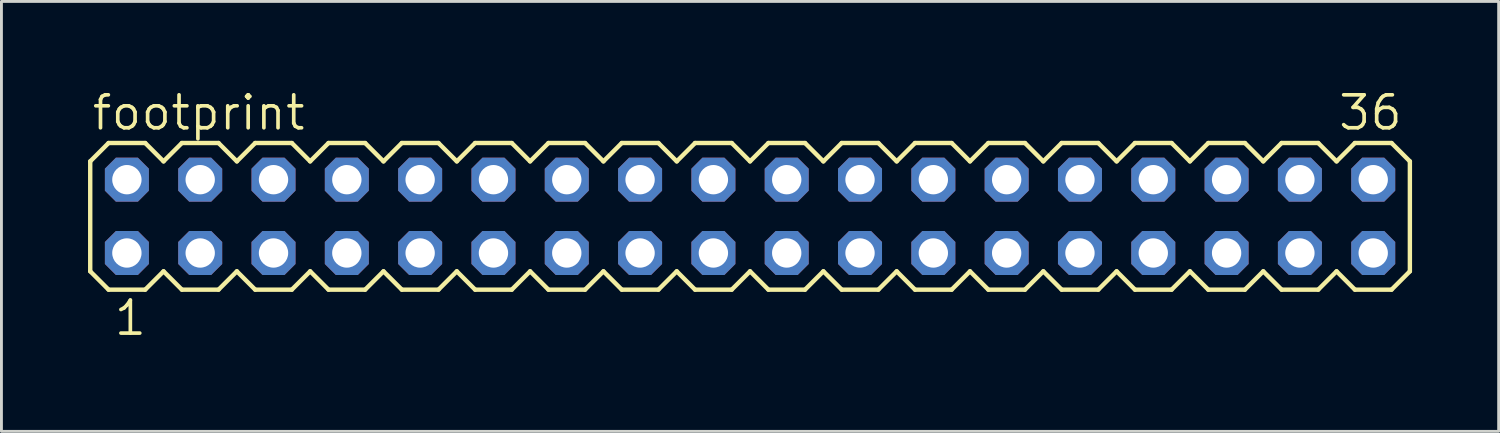
<source format=kicad_pcb>
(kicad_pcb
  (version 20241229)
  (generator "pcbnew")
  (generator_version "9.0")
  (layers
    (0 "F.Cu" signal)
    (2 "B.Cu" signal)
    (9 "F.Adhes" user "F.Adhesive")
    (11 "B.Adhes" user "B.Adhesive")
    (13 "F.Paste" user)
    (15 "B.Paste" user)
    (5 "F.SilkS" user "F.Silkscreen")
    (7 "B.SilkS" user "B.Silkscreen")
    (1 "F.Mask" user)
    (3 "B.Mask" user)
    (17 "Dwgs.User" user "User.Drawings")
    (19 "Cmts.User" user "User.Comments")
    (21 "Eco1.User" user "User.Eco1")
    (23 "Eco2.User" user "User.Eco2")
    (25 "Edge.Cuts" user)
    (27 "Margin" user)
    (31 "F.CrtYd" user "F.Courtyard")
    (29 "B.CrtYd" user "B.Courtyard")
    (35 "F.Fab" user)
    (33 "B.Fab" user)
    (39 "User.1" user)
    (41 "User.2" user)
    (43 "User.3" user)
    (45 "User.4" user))
  (footprint "footprint"
    (layer "F.Cu")
    (at 22.936 4.445)
    (property "Reference" "footprint" (at -22.86 -2.921 0) (layer "F.SilkS") (effects (font (size 1.143 1.143) (thickness 0.127)) (justify left bottom)))
    (fp_line (start -22.86 -1.905) (end -22.86 1.905) (stroke (width 0.152) (type solid)) (layer "F.SilkS"))
    (fp_line (start -22.86 1.905) (end -22.225 2.54) (stroke (width 0.152) (type solid)) (layer "F.SilkS"))
    (fp_line (start -22.225 -2.54) (end -22.86 -1.905) (stroke (width 0.152) (type solid)) (layer "F.SilkS"))
    (fp_line (start -22.225 -2.54) (end -20.955 -2.54) (stroke (width 0.152) (type solid)) (layer "F.SilkS"))
    (fp_line (start -20.955 -2.54) (end -20.32 -1.905) (stroke (width 0.152) (type solid)) (layer "F.SilkS"))
    (fp_line (start -20.955 2.54) (end -22.225 2.54) (stroke (width 0.152) (type solid)) (layer "F.SilkS"))
    (fp_line (start -20.32 -1.905) (end -19.685 -2.54) (stroke (width 0.152) (type solid)) (layer "F.SilkS"))
    (fp_line (start -20.32 1.905) (end -20.955 2.54) (stroke (width 0.152) (type solid)) (layer "F.SilkS"))
    (fp_line (start -19.685 -2.54) (end -18.415 -2.54) (stroke (width 0.152) (type solid)) (layer "F.SilkS"))
    (fp_line (start -19.685 2.54) (end -20.32 1.905) (stroke (width 0.152) (type solid)) (layer "F.SilkS"))
    (fp_line (start -18.415 -2.54) (end -17.78 -1.905) (stroke (width 0.152) (type solid)) (layer "F.SilkS"))
    (fp_line (start -18.415 2.54) (end -19.685 2.54) (stroke (width 0.152) (type solid)) (layer "F.SilkS"))
    (fp_line (start -17.78 -1.905) (end -17.145 -2.54) (stroke (width 0.152) (type solid)) (layer "F.SilkS"))
    (fp_line (start -17.78 1.905) (end -18.415 2.54) (stroke (width 0.152) (type solid)) (layer "F.SilkS"))
    (fp_line (start -17.145 -2.54) (end -15.875 -2.54) (stroke (width 0.152) (type solid)) (layer "F.SilkS"))
    (fp_line (start -17.145 2.54) (end -17.78 1.905) (stroke (width 0.152) (type solid)) (layer "F.SilkS"))
    (fp_line (start -15.875 -2.54) (end -15.24 -1.905) (stroke (width 0.152) (type solid)) (layer "F.SilkS"))
    (fp_line (start -15.875 2.54) (end -17.145 2.54) (stroke (width 0.152) (type solid)) (layer "F.SilkS"))
    (fp_line (start -15.24 1.905) (end -15.875 2.54) (stroke (width 0.152) (type solid)) (layer "F.SilkS"))
    (fp_line (start -15.24 1.905) (end -14.605 2.54) (stroke (width 0.152) (type solid)) (layer "F.SilkS"))
    (fp_line (start -14.605 -2.54) (end -15.24 -1.905) (stroke (width 0.152) (type solid)) (layer "F.SilkS"))
    (fp_line (start -14.605 -2.54) (end -13.335 -2.54) (stroke (width 0.152) (type solid)) (layer "F.SilkS"))
    (fp_line (start -13.335 -2.54) (end -12.7 -1.905) (stroke (width 0.152) (type solid)) (layer "F.SilkS"))
    (fp_line (start -13.335 2.54) (end -14.605 2.54) (stroke (width 0.152) (type solid)) (layer "F.SilkS"))
    (fp_line (start -12.7 -1.905) (end -12.065 -2.54) (stroke (width 0.152) (type solid)) (layer "F.SilkS"))
    (fp_line (start -12.7 1.905) (end -13.335 2.54) (stroke (width 0.152) (type solid)) (layer "F.SilkS"))
    (fp_line (start -12.065 -2.54) (end -10.795 -2.54) (stroke (width 0.152) (type solid)) (layer "F.SilkS"))
    (fp_line (start -12.065 2.54) (end -12.7 1.905) (stroke (width 0.152) (type solid)) (layer "F.SilkS"))
    (fp_line (start -10.795 -2.54) (end -10.16 -1.905) (stroke (width 0.152) (type solid)) (layer "F.SilkS"))
    (fp_line (start -10.795 2.54) (end -12.065 2.54) (stroke (width 0.152) (type solid)) (layer "F.SilkS"))
    (fp_line (start -10.16 -1.905) (end -9.525 -2.54) (stroke (width 0.152) (type solid)) (layer "F.SilkS"))
    (fp_line (start -10.16 1.905) (end -10.795 2.54) (stroke (width 0.152) (type solid)) (layer "F.SilkS"))
    (fp_line (start -9.525 -2.54) (end -8.255 -2.54) (stroke (width 0.152) (type solid)) (layer "F.SilkS"))
    (fp_line (start -9.525 2.54) (end -10.16 1.905) (stroke (width 0.152) (type solid)) (layer "F.SilkS"))
    (fp_line (start -8.255 -2.54) (end -7.62 -1.905) (stroke (width 0.152) (type solid)) (layer "F.SilkS"))
    (fp_line (start -8.255 2.54) (end -9.525 2.54) (stroke (width 0.152) (type solid)) (layer "F.SilkS"))
    (fp_line (start -7.62 -1.905) (end -6.985 -2.54) (stroke (width 0.152) (type solid)) (layer "F.SilkS"))
    (fp_line (start -7.62 1.905) (end -8.255 2.54) (stroke (width 0.152) (type solid)) (layer "F.SilkS"))
    (fp_line (start -6.985 -2.54) (end -5.715 -2.54) (stroke (width 0.152) (type solid)) (layer "F.SilkS"))
    (fp_line (start -6.985 2.54) (end -7.62 1.905) (stroke (width 0.152) (type solid)) (layer "F.SilkS"))
    (fp_line (start -5.715 -2.54) (end -5.08 -1.905) (stroke (width 0.152) (type solid)) (layer "F.SilkS"))
    (fp_line (start -5.715 2.54) (end -6.985 2.54) (stroke (width 0.152) (type solid)) (layer "F.SilkS"))
    (fp_line (start -5.08 1.905) (end -5.715 2.54) (stroke (width 0.152) (type solid)) (layer "F.SilkS"))
    (fp_line (start -5.08 1.905) (end -4.445 2.54) (stroke (width 0.152) (type solid)) (layer "F.SilkS"))
    (fp_line (start -4.445 -2.54) (end -5.08 -1.905) (stroke (width 0.152) (type solid)) (layer "F.SilkS"))
    (fp_line (start -4.445 -2.54) (end -3.175 -2.54) (stroke (width 0.152) (type solid)) (layer "F.SilkS"))
    (fp_line (start -3.175 -2.54) (end -2.54 -1.905) (stroke (width 0.152) (type solid)) (layer "F.SilkS"))
    (fp_line (start -3.175 2.54) (end -4.445 2.54) (stroke (width 0.152) (type solid)) (layer "F.SilkS"))
    (fp_line (start -2.54 -1.905) (end -1.905 -2.54) (stroke (width 0.152) (type solid)) (layer "F.SilkS"))
    (fp_line (start -2.54 1.905) (end -3.175 2.54) (stroke (width 0.152) (type solid)) (layer "F.SilkS"))
    (fp_line (start -1.905 -2.54) (end -0.635 -2.54) (stroke (width 0.152) (type solid)) (layer "F.SilkS"))
    (fp_line (start -1.905 2.54) (end -2.54 1.905) (stroke (width 0.152) (type solid)) (layer "F.SilkS"))
    (fp_line (start -0.635 -2.54) (end 0 -1.905) (stroke (width 0.152) (type solid)) (layer "F.SilkS"))
    (fp_line (start -0.635 2.54) (end -1.905 2.54) (stroke (width 0.152) (type solid)) (layer "F.SilkS"))
    (fp_line (start 0 -1.905) (end 0.635 -2.54) (stroke (width 0.152) (type solid)) (layer "F.SilkS"))
    (fp_line (start 0 1.905) (end -0.635 2.54) (stroke (width 0.152) (type solid)) (layer "F.SilkS"))
    (fp_line (start 0.635 -2.54) (end 1.905 -2.54) (stroke (width 0.152) (type solid)) (layer "F.SilkS"))
    (fp_line (start 0.635 2.54) (end 0 1.905) (stroke (width 0.152) (type solid)) (layer "F.SilkS"))
    (fp_line (start 1.905 -2.54) (end 2.54 -1.905) (stroke (width 0.152) (type solid)) (layer "F.SilkS"))
    (fp_line (start 1.905 2.54) (end 0.635 2.54) (stroke (width 0.152) (type solid)) (layer "F.SilkS"))
    (fp_line (start 2.54 1.905) (end 1.905 2.54) (stroke (width 0.152) (type solid)) (layer "F.SilkS"))
    (fp_line (start 2.54 1.905) (end 3.175 2.54) (stroke (width 0.152) (type solid)) (layer "F.SilkS"))
    (fp_line (start 3.175 -2.54) (end 2.54 -1.905) (stroke (width 0.152) (type solid)) (layer "F.SilkS"))
    (fp_line (start 3.175 -2.54) (end 4.445 -2.54) (stroke (width 0.152) (type solid)) (layer "F.SilkS"))
    (fp_line (start 4.445 -2.54) (end 5.08 -1.905) (stroke (width 0.152) (type solid)) (layer "F.SilkS"))
    (fp_line (start 4.445 2.54) (end 3.175 2.54) (stroke (width 0.152) (type solid)) (layer "F.SilkS"))
    (fp_line (start 5.08 -1.905) (end 5.715 -2.54) (stroke (width 0.152) (type solid)) (layer "F.SilkS"))
    (fp_line (start 5.08 1.905) (end 4.445 2.54) (stroke (width 0.152) (type solid)) (layer "F.SilkS"))
    (fp_line (start 5.715 -2.54) (end 6.985 -2.54) (stroke (width 0.152) (type solid)) (layer "F.SilkS"))
    (fp_line (start 5.715 2.54) (end 5.08 1.905) (stroke (width 0.152) (type solid)) (layer "F.SilkS"))
    (fp_line (start 6.985 -2.54) (end 7.62 -1.905) (stroke (width 0.152) (type solid)) (layer "F.SilkS"))
    (fp_line (start 6.985 2.54) (end 5.715 2.54) (stroke (width 0.152) (type solid)) (layer "F.SilkS"))
    (fp_line (start 7.62 -1.905) (end 8.255 -2.54) (stroke (width 0.152) (type solid)) (layer "F.SilkS"))
    (fp_line (start 7.62 1.905) (end 6.985 2.54) (stroke (width 0.152) (type solid)) (layer "F.SilkS"))
    (fp_line (start 8.255 -2.54) (end 9.525 -2.54) (stroke (width 0.152) (type solid)) (layer "F.SilkS"))
    (fp_line (start 8.255 2.54) (end 7.62 1.905) (stroke (width 0.152) (type solid)) (layer "F.SilkS"))
    (fp_line (start 9.525 -2.54) (end 10.16 -1.905) (stroke (width 0.152) (type solid)) (layer "F.SilkS"))
    (fp_line (start 9.525 2.54) (end 8.255 2.54) (stroke (width 0.152) (type solid)) (layer "F.SilkS"))
    (fp_line (start 10.16 -1.905) (end 10.795 -2.54) (stroke (width 0.152) (type solid)) (layer "F.SilkS"))
    (fp_line (start 10.16 1.905) (end 9.525 2.54) (stroke (width 0.152) (type solid)) (layer "F.SilkS"))
    (fp_line (start 10.795 -2.54) (end 12.065 -2.54) (stroke (width 0.152) (type solid)) (layer "F.SilkS"))
    (fp_line (start 10.795 2.54) (end 10.16 1.905) (stroke (width 0.152) (type solid)) (layer "F.SilkS"))
    (fp_line (start 12.065 -2.54) (end 12.7 -1.905) (stroke (width 0.152) (type solid)) (layer "F.SilkS"))
    (fp_line (start 12.065 2.54) (end 10.795 2.54) (stroke (width 0.152) (type solid)) (layer "F.SilkS"))
    (fp_line (start 12.7 1.905) (end 12.065 2.54) (stroke (width 0.152) (type solid)) (layer "F.SilkS"))
    (fp_line (start 12.7 1.905) (end 13.335 2.54) (stroke (width 0.152) (type solid)) (layer "F.SilkS"))
    (fp_line (start 13.335 -2.54) (end 12.7 -1.905) (stroke (width 0.152) (type solid)) (layer "F.SilkS"))
    (fp_line (start 13.335 -2.54) (end 14.605 -2.54) (stroke (width 0.152) (type solid)) (layer "F.SilkS"))
    (fp_line (start 14.605 -2.54) (end 15.24 -1.905) (stroke (width 0.152) (type solid)) (layer "F.SilkS"))
    (fp_line (start 14.605 2.54) (end 13.335 2.54) (stroke (width 0.152) (type solid)) (layer "F.SilkS"))
    (fp_line (start 15.24 -1.905) (end 15.875 -2.54) (stroke (width 0.152) (type solid)) (layer "F.SilkS"))
    (fp_line (start 15.24 1.905) (end 14.605 2.54) (stroke (width 0.152) (type solid)) (layer "F.SilkS"))
    (fp_line (start 15.875 -2.54) (end 17.145 -2.54) (stroke (width 0.152) (type solid)) (layer "F.SilkS"))
    (fp_line (start 15.875 2.54) (end 15.24 1.905) (stroke (width 0.152) (type solid)) (layer "F.SilkS"))
    (fp_line (start 17.145 -2.54) (end 17.78 -1.905) (stroke (width 0.152) (type solid)) (layer "F.SilkS"))
    (fp_line (start 17.145 2.54) (end 15.875 2.54) (stroke (width 0.152) (type solid)) (layer "F.SilkS"))
    (fp_line (start 17.78 -1.905) (end 18.415 -2.54) (stroke (width 0.152) (type solid)) (layer "F.SilkS"))
    (fp_line (start 17.78 1.905) (end 17.145 2.54) (stroke (width 0.152) (type solid)) (layer "F.SilkS"))
    (fp_line (start 18.415 -2.54) (end 19.685 -2.54) (stroke (width 0.152) (type solid)) (layer "F.SilkS"))
    (fp_line (start 18.415 2.54) (end 17.78 1.905) (stroke (width 0.152) (type solid)) (layer "F.SilkS"))
    (fp_line (start 19.685 -2.54) (end 20.32 -1.905) (stroke (width 0.152) (type solid)) (layer "F.SilkS"))
    (fp_line (start 19.685 2.54) (end 18.415 2.54) (stroke (width 0.152) (type solid)) (layer "F.SilkS"))
    (fp_line (start 20.32 -1.905) (end 20.955 -2.54) (stroke (width 0.152) (type solid)) (layer "F.SilkS"))
    (fp_line (start 20.32 1.905) (end 19.685 2.54) (stroke (width 0.152) (type solid)) (layer "F.SilkS"))
    (fp_line (start 20.955 -2.54) (end 22.225 -2.54) (stroke (width 0.152) (type solid)) (layer "F.SilkS"))
    (fp_line (start 20.955 2.54) (end 20.32 1.905) (stroke (width 0.152) (type solid)) (layer "F.SilkS"))
    (fp_line (start 22.225 -2.54) (end 22.86 -1.905) (stroke (width 0.152) (type solid)) (layer "F.SilkS"))
    (fp_line (start 22.225 2.54) (end 20.955 2.54) (stroke (width 0.152) (type solid)) (layer "F.SilkS"))
    (fp_line (start 22.86 -1.905) (end 22.86 1.905) (stroke (width 0.152) (type solid)) (layer "F.SilkS"))
    (fp_line (start 22.86 1.905) (end 22.225 2.54) (stroke (width 0.152) (type solid)) (layer "F.SilkS"))
    (fp_poly (pts (xy -21.844 -1.016) (xy -21.336 -1.016) (xy -21.336 -1.524) (xy -21.844 -1.524)) (stroke (width 0.1) (type solid)) (fill no) (layer "F.Fab"))
    (fp_poly (pts (xy -21.844 1.524) (xy -21.336 1.524) (xy -21.336 1.016) (xy -21.844 1.016)) (stroke (width 0.1) (type solid)) (fill no) (layer "F.Fab"))
    (fp_poly (pts (xy -19.304 -1.016) (xy -18.796 -1.016) (xy -18.796 -1.524) (xy -19.304 -1.524)) (stroke (width 0.1) (type solid)) (fill no) (layer "F.Fab"))
    (fp_poly (pts (xy -19.304 1.524) (xy -18.796 1.524) (xy -18.796 1.016) (xy -19.304 1.016)) (stroke (width 0.1) (type solid)) (fill no) (layer "F.Fab"))
    (fp_poly (pts (xy -16.764 -1.016) (xy -16.256 -1.016) (xy -16.256 -1.524) (xy -16.764 -1.524)) (stroke (width 0.1) (type solid)) (fill no) (layer "F.Fab"))
    (fp_poly (pts (xy -16.764 1.524) (xy -16.256 1.524) (xy -16.256 1.016) (xy -16.764 1.016)) (stroke (width 0.1) (type solid)) (fill no) (layer "F.Fab"))
    (fp_poly (pts (xy -14.224 -1.016) (xy -13.716 -1.016) (xy -13.716 -1.524) (xy -14.224 -1.524)) (stroke (width 0.1) (type solid)) (fill no) (layer "F.Fab"))
    (fp_poly (pts (xy -14.224 1.524) (xy -13.716 1.524) (xy -13.716 1.016) (xy -14.224 1.016)) (stroke (width 0.1) (type solid)) (fill no) (layer "F.Fab"))
    (fp_poly (pts (xy -11.684 -1.016) (xy -11.176 -1.016) (xy -11.176 -1.524) (xy -11.684 -1.524)) (stroke (width 0.1) (type solid)) (fill no) (layer "F.Fab"))
    (fp_poly (pts (xy -11.684 1.524) (xy -11.176 1.524) (xy -11.176 1.016) (xy -11.684 1.016)) (stroke (width 0.1) (type solid)) (fill no) (layer "F.Fab"))
    (fp_poly (pts (xy -9.144 -1.016) (xy -8.636 -1.016) (xy -8.636 -1.524) (xy -9.144 -1.524)) (stroke (width 0.1) (type solid)) (fill no) (layer "F.Fab"))
    (fp_poly (pts (xy -9.144 1.524) (xy -8.636 1.524) (xy -8.636 1.016) (xy -9.144 1.016)) (stroke (width 0.1) (type solid)) (fill no) (layer "F.Fab"))
    (fp_poly (pts (xy -6.604 -1.016) (xy -6.096 -1.016) (xy -6.096 -1.524) (xy -6.604 -1.524)) (stroke (width 0.1) (type solid)) (fill no) (layer "F.Fab"))
    (fp_poly (pts (xy -6.604 1.524) (xy -6.096 1.524) (xy -6.096 1.016) (xy -6.604 1.016)) (stroke (width 0.1) (type solid)) (fill no) (layer "F.Fab"))
    (fp_poly (pts (xy -4.064 -1.016) (xy -3.556 -1.016) (xy -3.556 -1.524) (xy -4.064 -1.524)) (stroke (width 0.1) (type solid)) (fill no) (layer "F.Fab"))
    (fp_poly (pts (xy -4.064 1.524) (xy -3.556 1.524) (xy -3.556 1.016) (xy -4.064 1.016)) (stroke (width 0.1) (type solid)) (fill no) (layer "F.Fab"))
    (fp_poly (pts (xy -1.524 -1.016) (xy -1.016 -1.016) (xy -1.016 -1.524) (xy -1.524 -1.524)) (stroke (width 0.1) (type solid)) (fill no) (layer "F.Fab"))
    (fp_poly (pts (xy -1.524 1.524) (xy -1.016 1.524) (xy -1.016 1.016) (xy -1.524 1.016)) (stroke (width 0.1) (type solid)) (fill no) (layer "F.Fab"))
    (fp_poly (pts (xy 1.016 -1.016) (xy 1.524 -1.016) (xy 1.524 -1.524) (xy 1.016 -1.524)) (stroke (width 0.1) (type solid)) (fill no) (layer "F.Fab"))
    (fp_poly (pts (xy 1.016 1.524) (xy 1.524 1.524) (xy 1.524 1.016) (xy 1.016 1.016)) (stroke (width 0.1) (type solid)) (fill no) (layer "F.Fab"))
    (fp_poly (pts (xy 3.556 -1.016) (xy 4.064 -1.016) (xy 4.064 -1.524) (xy 3.556 -1.524)) (stroke (width 0.1) (type solid)) (fill no) (layer "F.Fab"))
    (fp_poly (pts (xy 3.556 1.524) (xy 4.064 1.524) (xy 4.064 1.016) (xy 3.556 1.016)) (stroke (width 0.1) (type solid)) (fill no) (layer "F.Fab"))
    (fp_poly (pts (xy 6.096 -1.016) (xy 6.604 -1.016) (xy 6.604 -1.524) (xy 6.096 -1.524)) (stroke (width 0.1) (type solid)) (fill no) (layer "F.Fab"))
    (fp_poly (pts (xy 6.096 1.524) (xy 6.604 1.524) (xy 6.604 1.016) (xy 6.096 1.016)) (stroke (width 0.1) (type solid)) (fill no) (layer "F.Fab"))
    (fp_poly (pts (xy 8.636 -1.016) (xy 9.144 -1.016) (xy 9.144 -1.524) (xy 8.636 -1.524)) (stroke (width 0.1) (type solid)) (fill no) (layer "F.Fab"))
    (fp_poly (pts (xy 8.636 1.524) (xy 9.144 1.524) (xy 9.144 1.016) (xy 8.636 1.016)) (stroke (width 0.1) (type solid)) (fill no) (layer "F.Fab"))
    (fp_poly (pts (xy 11.176 -1.016) (xy 11.684 -1.016) (xy 11.684 -1.524) (xy 11.176 -1.524)) (stroke (width 0.1) (type solid)) (fill no) (layer "F.Fab"))
    (fp_poly (pts (xy 11.176 1.524) (xy 11.684 1.524) (xy 11.684 1.016) (xy 11.176 1.016)) (stroke (width 0.1) (type solid)) (fill no) (layer "F.Fab"))
    (fp_poly (pts (xy 13.716 -1.016) (xy 14.224 -1.016) (xy 14.224 -1.524) (xy 13.716 -1.524)) (stroke (width 0.1) (type solid)) (fill no) (layer "F.Fab"))
    (fp_poly (pts (xy 13.716 1.524) (xy 14.224 1.524) (xy 14.224 1.016) (xy 13.716 1.016)) (stroke (width 0.1) (type solid)) (fill no) (layer "F.Fab"))
    (fp_poly (pts (xy 16.256 -1.016) (xy 16.764 -1.016) (xy 16.764 -1.524) (xy 16.256 -1.524)) (stroke (width 0.1) (type solid)) (fill no) (layer "F.Fab"))
    (fp_poly (pts (xy 16.256 1.524) (xy 16.764 1.524) (xy 16.764 1.016) (xy 16.256 1.016)) (stroke (width 0.1) (type solid)) (fill no) (layer "F.Fab"))
    (fp_poly (pts (xy 18.796 -1.016) (xy 19.304 -1.016) (xy 19.304 -1.524) (xy 18.796 -1.524)) (stroke (width 0.1) (type solid)) (fill no) (layer "F.Fab"))
    (fp_poly (pts (xy 18.796 1.524) (xy 19.304 1.524) (xy 19.304 1.016) (xy 18.796 1.016)) (stroke (width 0.1) (type solid)) (fill no) (layer "F.Fab"))
    (fp_poly (pts (xy 21.336 -1.016) (xy 21.844 -1.016) (xy 21.844 -1.524) (xy 21.336 -1.524)) (stroke (width 0.1) (type solid)) (fill no) (layer "F.Fab"))
    (fp_poly (pts (xy 21.336 1.524) (xy 21.844 1.524) (xy 21.844 1.016) (xy 21.336 1.016)) (stroke (width 0.1) (type solid)) (fill no) (layer "F.Fab"))
    (fp_text user "36" (at 20.32 -2.921 0) (layer "F.SilkS") (effects (font (size 1.143 1.143) (thickness 0.127)) (justify left bottom)))
    (fp_text user "1" (at -22.098 4.191 0) (layer "F.SilkS") (effects (font (size 1.143 1.143) (thickness 0.127)) (justify left bottom)))
    (pad "1" thru_hole roundrect (at -21.59 1.27) (size 1.524 1.524) (drill 1.016) (layers "*.Cu" "*.Mask") (roundrect_rratio 0.25) (chamfer_ratio 0.25) (chamfer top_left top_right bottom_left bottom_right))
    (pad "2" thru_hole roundrect (at -21.59 -1.27) (size 1.524 1.524) (drill 1.016) (layers "*.Cu" "*.Mask") (roundrect_rratio 0.25) (chamfer_ratio 0.25) (chamfer top_left top_right bottom_left bottom_right))
    (pad "3" thru_hole roundrect (at -19.05 1.27) (size 1.524 1.524) (drill 1.016) (layers "*.Cu" "*.Mask") (roundrect_rratio 0.25) (chamfer_ratio 0.25) (chamfer top_left top_right bottom_left bottom_right))
    (pad "4" thru_hole roundrect (at -19.05 -1.27) (size 1.524 1.524) (drill 1.016) (layers "*.Cu" "*.Mask") (roundrect_rratio 0.25) (chamfer_ratio 0.25) (chamfer top_left top_right bottom_left bottom_right))
    (pad "5" thru_hole roundrect (at -16.51 1.27) (size 1.524 1.524) (drill 1.016) (layers "*.Cu" "*.Mask") (roundrect_rratio 0.25) (chamfer_ratio 0.25) (chamfer top_left top_right bottom_left bottom_right))
    (pad "6" thru_hole roundrect (at -16.51 -1.27) (size 1.524 1.524) (drill 1.016) (layers "*.Cu" "*.Mask") (roundrect_rratio 0.25) (chamfer_ratio 0.25) (chamfer top_left top_right bottom_left bottom_right))
    (pad "7" thru_hole roundrect (at -13.97 1.27) (size 1.524 1.524) (drill 1.016) (layers "*.Cu" "*.Mask") (roundrect_rratio 0.25) (chamfer_ratio 0.25) (chamfer top_left top_right bottom_left bottom_right))
    (pad "8" thru_hole roundrect (at -13.97 -1.27) (size 1.524 1.524) (drill 1.016) (layers "*.Cu" "*.Mask") (roundrect_rratio 0.25) (chamfer_ratio 0.25) (chamfer top_left top_right bottom_left bottom_right))
    (pad "9" thru_hole roundrect (at -11.43 1.27) (size 1.524 1.524) (drill 1.016) (layers "*.Cu" "*.Mask") (roundrect_rratio 0.25) (chamfer_ratio 0.25) (chamfer top_left top_right bottom_left bottom_right))
    (pad "10" thru_hole roundrect (at -11.43 -1.27) (size 1.524 1.524) (drill 1.016) (layers "*.Cu" "*.Mask") (roundrect_rratio 0.25) (chamfer_ratio 0.25) (chamfer top_left top_right bottom_left bottom_right))
    (pad "11" thru_hole roundrect (at -8.89 1.27) (size 1.524 1.524) (drill 1.016) (layers "*.Cu" "*.Mask") (roundrect_rratio 0.25) (chamfer_ratio 0.25) (chamfer top_left top_right bottom_left bottom_right))
    (pad "12" thru_hole roundrect (at -8.89 -1.27) (size 1.524 1.524) (drill 1.016) (layers "*.Cu" "*.Mask") (roundrect_rratio 0.25) (chamfer_ratio 0.25) (chamfer top_left top_right bottom_left bottom_right))
    (pad "13" thru_hole roundrect (at -6.35 1.27) (size 1.524 1.524) (drill 1.016) (layers "*.Cu" "*.Mask") (roundrect_rratio 0.25) (chamfer_ratio 0.25) (chamfer top_left top_right bottom_left bottom_right))
    (pad "14" thru_hole roundrect (at -6.35 -1.27) (size 1.524 1.524) (drill 1.016) (layers "*.Cu" "*.Mask") (roundrect_rratio 0.25) (chamfer_ratio 0.25) (chamfer top_left top_right bottom_left bottom_right))
    (pad "15" thru_hole roundrect (at -3.81 1.27) (size 1.524 1.524) (drill 1.016) (layers "*.Cu" "*.Mask") (roundrect_rratio 0.25) (chamfer_ratio 0.25) (chamfer top_left top_right bottom_left bottom_right))
    (pad "16" thru_hole roundrect (at -3.81 -1.27) (size 1.524 1.524) (drill 1.016) (layers "*.Cu" "*.Mask") (roundrect_rratio 0.25) (chamfer_ratio 0.25) (chamfer top_left top_right bottom_left bottom_right))
    (pad "17" thru_hole roundrect (at -1.27 1.27) (size 1.524 1.524) (drill 1.016) (layers "*.Cu" "*.Mask") (roundrect_rratio 0.25) (chamfer_ratio 0.25) (chamfer top_left top_right bottom_left bottom_right))
    (pad "18" thru_hole roundrect (at -1.27 -1.27) (size 1.524 1.524) (drill 1.016) (layers "*.Cu" "*.Mask") (roundrect_rratio 0.25) (chamfer_ratio 0.25) (chamfer top_left top_right bottom_left bottom_right))
    (pad "19" thru_hole roundrect (at 1.27 1.27) (size 1.524 1.524) (drill 1.016) (layers "*.Cu" "*.Mask") (roundrect_rratio 0.25) (chamfer_ratio 0.25) (chamfer top_left top_right bottom_left bottom_right))
    (pad "20" thru_hole roundrect (at 1.27 -1.27) (size 1.524 1.524) (drill 1.016) (layers "*.Cu" "*.Mask") (roundrect_rratio 0.25) (chamfer_ratio 0.25) (chamfer top_left top_right bottom_left bottom_right))
    (pad "21" thru_hole roundrect (at 3.81 1.27) (size 1.524 1.524) (drill 1.016) (layers "*.Cu" "*.Mask") (roundrect_rratio 0.25) (chamfer_ratio 0.25) (chamfer top_left top_right bottom_left bottom_right))
    (pad "22" thru_hole roundrect (at 3.81 -1.27) (size 1.524 1.524) (drill 1.016) (layers "*.Cu" "*.Mask") (roundrect_rratio 0.25) (chamfer_ratio 0.25) (chamfer top_left top_right bottom_left bottom_right))
    (pad "23" thru_hole roundrect (at 6.35 1.27) (size 1.524 1.524) (drill 1.016) (layers "*.Cu" "*.Mask") (roundrect_rratio 0.25) (chamfer_ratio 0.25) (chamfer top_left top_right bottom_left bottom_right))
    (pad "24" thru_hole roundrect (at 6.35 -1.27) (size 1.524 1.524) (drill 1.016) (layers "*.Cu" "*.Mask") (roundrect_rratio 0.25) (chamfer_ratio 0.25) (chamfer top_left top_right bottom_left bottom_right))
    (pad "25" thru_hole roundrect (at 8.89 1.27) (size 1.524 1.524) (drill 1.016) (layers "*.Cu" "*.Mask") (roundrect_rratio 0.25) (chamfer_ratio 0.25) (chamfer top_left top_right bottom_left bottom_right))
    (pad "26" thru_hole roundrect (at 8.89 -1.27) (size 1.524 1.524) (drill 1.016) (layers "*.Cu" "*.Mask") (roundrect_rratio 0.25) (chamfer_ratio 0.25) (chamfer top_left top_right bottom_left bottom_right))
    (pad "27" thru_hole roundrect (at 11.43 1.27) (size 1.524 1.524) (drill 1.016) (layers "*.Cu" "*.Mask") (roundrect_rratio 0.25) (chamfer_ratio 0.25) (chamfer top_left top_right bottom_left bottom_right))
    (pad "28" thru_hole roundrect (at 11.43 -1.27) (size 1.524 1.524) (drill 1.016) (layers "*.Cu" "*.Mask") (roundrect_rratio 0.25) (chamfer_ratio 0.25) (chamfer top_left top_right bottom_left bottom_right))
    (pad "29" thru_hole roundrect (at 13.97 1.27) (size 1.524 1.524) (drill 1.016) (layers "*.Cu" "*.Mask") (roundrect_rratio 0.25) (chamfer_ratio 0.25) (chamfer top_left top_right bottom_left bottom_right))
    (pad "30" thru_hole roundrect (at 13.97 -1.27) (size 1.524 1.524) (drill 1.016) (layers "*.Cu" "*.Mask") (roundrect_rratio 0.25) (chamfer_ratio 0.25) (chamfer top_left top_right bottom_left bottom_right))
    (pad "31" thru_hole roundrect (at 16.51 1.27) (size 1.524 1.524) (drill 1.016) (layers "*.Cu" "*.Mask") (roundrect_rratio 0.25) (chamfer_ratio 0.25) (chamfer top_left top_right bottom_left bottom_right))
    (pad "32" thru_hole roundrect (at 16.51 -1.27) (size 1.524 1.524) (drill 1.016) (layers "*.Cu" "*.Mask") (roundrect_rratio 0.25) (chamfer_ratio 0.25) (chamfer top_left top_right bottom_left bottom_right))
    (pad "33" thru_hole roundrect (at 19.05 1.27) (size 1.524 1.524) (drill 1.016) (layers "*.Cu" "*.Mask") (roundrect_rratio 0.25) (chamfer_ratio 0.25) (chamfer top_left top_right bottom_left bottom_right))
    (pad "34" thru_hole roundrect (at 19.05 -1.27) (size 1.524 1.524) (drill 1.016) (layers "*.Cu" "*.Mask") (roundrect_rratio 0.25) (chamfer_ratio 0.25) (chamfer top_left top_right bottom_left bottom_right))
    (pad "35" thru_hole roundrect (at 21.59 1.27) (size 1.524 1.524) (drill 1.016) (layers "*.Cu" "*.Mask") (roundrect_rratio 0.25) (chamfer_ratio 0.25) (chamfer top_left top_right bottom_left bottom_right))
    (pad "36" thru_hole roundrect (at 21.59 -1.27) (size 1.524 1.524) (drill 1.016) (layers "*.Cu" "*.Mask") (roundrect_rratio 0.25) (chamfer_ratio 0.25) (chamfer top_left top_right bottom_left bottom_right)))
  (gr_rect
    (start -3 -3)
    (end 48.872 11.895)
    (stroke (width 0.1) (type default))
    (fill no)
    (layer "Edge.Cuts")))
</source>
